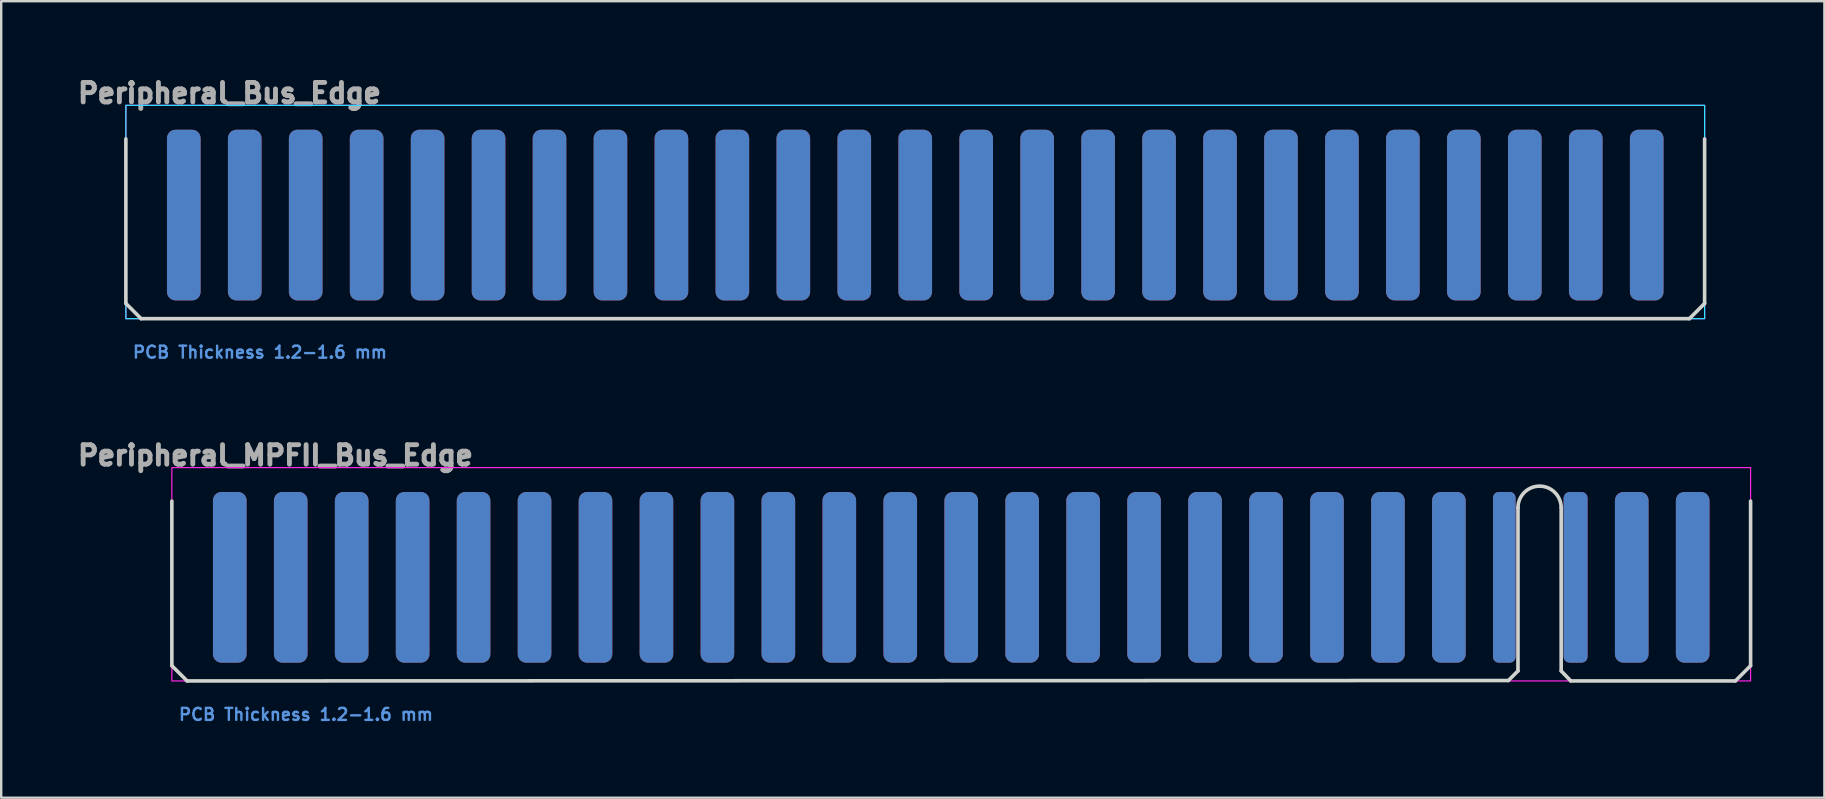
<source format=kicad_pcb>
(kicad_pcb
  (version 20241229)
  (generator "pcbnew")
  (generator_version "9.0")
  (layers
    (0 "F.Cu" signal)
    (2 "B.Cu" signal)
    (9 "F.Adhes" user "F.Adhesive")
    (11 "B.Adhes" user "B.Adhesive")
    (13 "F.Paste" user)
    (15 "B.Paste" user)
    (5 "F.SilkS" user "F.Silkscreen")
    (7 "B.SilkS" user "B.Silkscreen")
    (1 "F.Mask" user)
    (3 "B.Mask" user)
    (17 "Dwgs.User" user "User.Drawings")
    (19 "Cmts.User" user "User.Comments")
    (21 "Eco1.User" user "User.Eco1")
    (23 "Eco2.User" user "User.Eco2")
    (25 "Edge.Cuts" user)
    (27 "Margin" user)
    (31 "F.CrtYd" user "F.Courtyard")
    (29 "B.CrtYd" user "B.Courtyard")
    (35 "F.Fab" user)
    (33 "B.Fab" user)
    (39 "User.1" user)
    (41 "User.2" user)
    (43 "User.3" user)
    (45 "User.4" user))
  (footprint "Peripheral_Bus_Edge"
    (layer "F.Cu")
    (at 35.088 5.912)
    (property "Reference" "Peripheral_Bus_Edge" (at -28.575 -5.08 0) (layer "F.Fab") (effects (font (size 0.813 0.813) (thickness 0.203))))
    (attr exclude_from_pos_files exclude_from_bom allow_soldermask_bridges)
    (fp_rect (start -32.893 -3.175) (end 32.893 4.318) (stroke (width 0.05) (type solid)) (fill yes) (layer "F.Mask"))
    (fp_rect (start -32.766 -3.175) (end 32.893 4.318) (stroke (width 0.05) (type solid)) (fill yes) (layer "B.Mask"))
    (fp_line (start -32.893 3.683) (end -32.893 -3.175) (stroke (width 0.15) (type solid)) (layer "Edge.Cuts"))
    (fp_line (start -32.258 4.318) (end -32.893 3.683) (stroke (width 0.15) (type default)) (layer "Edge.Cuts"))
    (fp_line (start 32.258 4.318) (end -32.258 4.318) (stroke (width 0.15) (type solid)) (layer "Edge.Cuts"))
    (fp_line (start 32.258 4.318) (end 32.893 3.683) (stroke (width 0.15) (type default)) (layer "Edge.Cuts"))
    (fp_line (start 32.893 -3.175) (end 32.893 3.683) (stroke (width 0.15) (type solid)) (layer "Edge.Cuts"))
    (fp_rect (start -32.893 -4.572) (end 32.893 4.318) (stroke (width 0.05) (type default)) (fill no) (layer "B.CrtYd"))
    (fp_rect (start -32.893 -4.572) (end 32.893 4.318) (stroke (width 0.05) (type default)) (fill no) (layer "F.CrtYd"))
    (fp_text user "PCB Thickness 1.2-1.6 mm" (at -27.305 5.715 180) (layer "Cmts.User") (effects (font (size 0.5 0.5) (thickness 0.1))))
    (pad "1" connect roundrect (at -30.48 0 180) (size 1.4 7.112) (layers "F.Cu" "F.Mask") (roundrect_rratio 0.25))
    (pad "2" connect roundrect (at -27.94 0 180) (size 1.4 7.112) (layers "F.Cu" "F.Mask") (roundrect_rratio 0.25))
    (pad "3" connect roundrect (at -25.4 0 180) (size 1.4 7.112) (layers "F.Cu" "F.Mask") (roundrect_rratio 0.25))
    (pad "4" connect roundrect (at -22.86 0 180) (size 1.4 7.112) (layers "F.Cu" "F.Mask") (roundrect_rratio 0.25))
    (pad "5" connect roundrect (at -20.32 0 180) (size 1.4 7.112) (layers "F.Cu" "F.Mask") (roundrect_rratio 0.25))
    (pad "6" connect roundrect (at -17.78 0 180) (size 1.4 7.112) (layers "F.Cu" "F.Mask") (roundrect_rratio 0.25))
    (pad "7" connect roundrect (at -15.24 0 180) (size 1.4 7.112) (layers "F.Cu" "F.Mask") (roundrect_rratio 0.25))
    (pad "8" connect roundrect (at -12.7 0 180) (size 1.4 7.112) (layers "F.Cu" "F.Mask") (roundrect_rratio 0.25))
    (pad "9" connect roundrect (at -10.16 0 180) (size 1.4 7.112) (layers "F.Cu" "F.Mask") (roundrect_rratio 0.25))
    (pad "10" connect roundrect (at -7.62 0 180) (size 1.4 7.112) (layers "F.Cu" "F.Mask") (roundrect_rratio 0.25))
    (pad "11" connect roundrect (at -5.08 0 180) (size 1.4 7.112) (layers "F.Cu" "F.Mask") (roundrect_rratio 0.25))
    (pad "12" connect roundrect (at -2.54 0 180) (size 1.4 7.112) (layers "F.Cu" "F.Mask") (roundrect_rratio 0.25))
    (pad "13" connect roundrect (at 0 0 180) (size 1.4 7.112) (layers "F.Cu" "F.Mask") (roundrect_rratio 0.25))
    (pad "14" connect roundrect (at 2.54 0 180) (size 1.4 7.112) (layers "F.Cu" "F.Mask") (roundrect_rratio 0.25))
    (pad "15" connect roundrect (at 5.08 0 180) (size 1.4 7.112) (layers "F.Cu" "F.Mask") (roundrect_rratio 0.25))
    (pad "16" connect roundrect (at 7.62 0 180) (size 1.4 7.112) (layers "F.Cu" "F.Mask") (roundrect_rratio 0.25))
    (pad "17" connect roundrect (at 10.16 0 180) (size 1.4 7.112) (layers "F.Cu" "F.Mask") (roundrect_rratio 0.25))
    (pad "18" connect roundrect (at 12.7 0 180) (size 1.4 7.112) (layers "F.Cu" "F.Mask") (roundrect_rratio 0.25))
    (pad "19" connect roundrect (at 15.24 0 180) (size 1.4 7.112) (layers "F.Cu" "F.Mask") (roundrect_rratio 0.25))
    (pad "20" connect roundrect (at 17.78 0 180) (size 1.4 7.112) (layers "F.Cu" "F.Mask") (roundrect_rratio 0.25))
    (pad "21" connect roundrect (at 20.32 0 180) (size 1.4 7.112) (layers "F.Cu" "F.Mask") (roundrect_rratio 0.25))
    (pad "22" connect roundrect (at 22.86 0 180) (size 1.4 7.112) (layers "F.Cu" "F.Mask") (roundrect_rratio 0.25))
    (pad "23" connect roundrect (at 25.4 0 180) (size 1.4 7.112) (layers "F.Cu" "F.Mask") (roundrect_rratio 0.25))
    (pad "24" connect roundrect (at 27.94 0 180) (size 1.4 7.112) (layers "F.Cu" "F.Mask") (roundrect_rratio 0.25))
    (pad "25" connect roundrect (at 30.48 0 180) (size 1.4 7.112) (layers "F.Cu" "F.Mask") (roundrect_rratio 0.25))
    (pad "26" connect roundrect (at 30.48 0 180) (size 1.4 7.112) (layers "B.Cu" "B.Mask") (roundrect_rratio 0.25))
    (pad "27" connect roundrect (at 27.94 0 180) (size 1.4 7.112) (layers "B.Cu" "B.Mask") (roundrect_rratio 0.25))
    (pad "28" connect roundrect (at 25.4 0 180) (size 1.4 7.112) (layers "B.Cu" "B.Mask") (roundrect_rratio 0.25))
    (pad "29" connect roundrect (at 22.86 0 180) (size 1.4 7.112) (layers "B.Cu" "B.Mask") (roundrect_rratio 0.25))
    (pad "30" connect roundrect (at 20.32 0 180) (size 1.4 7.112) (layers "B.Cu" "B.Mask") (roundrect_rratio 0.25))
    (pad "31" connect roundrect (at 17.78 0 180) (size 1.4 7.112) (layers "B.Cu" "B.Mask") (roundrect_rratio 0.25))
    (pad "32" connect roundrect (at 15.24 0 180) (size 1.4 7.112) (layers "B.Cu" "B.Mask") (roundrect_rratio 0.25))
    (pad "33" connect roundrect (at 12.7 0 180) (size 1.4 7.112) (layers "B.Cu" "B.Mask") (roundrect_rratio 0.25))
    (pad "34" connect roundrect (at 10.16 0 180) (size 1.4 7.112) (layers "B.Cu" "B.Mask") (roundrect_rratio 0.25))
    (pad "35" connect roundrect (at 7.62 0 180) (size 1.4 7.112) (layers "B.Cu" "B.Mask") (roundrect_rratio 0.25))
    (pad "36" connect roundrect (at 5.08 0 180) (size 1.4 7.112) (layers "B.Cu" "B.Mask") (roundrect_rratio 0.25))
    (pad "37" connect roundrect (at 2.54 0 180) (size 1.4 7.112) (layers "B.Cu" "B.Mask") (roundrect_rratio 0.25))
    (pad "38" connect roundrect (at 0 0 180) (size 1.4 7.112) (layers "B.Cu" "B.Mask") (roundrect_rratio 0.25))
    (pad "39" connect roundrect (at -2.54 0 180) (size 1.4 7.112) (layers "B.Cu" "B.Mask") (roundrect_rratio 0.25))
    (pad "40" connect roundrect (at -5.08 0 180) (size 1.4 7.112) (layers "B.Cu" "B.Mask") (roundrect_rratio 0.25))
    (pad "41" connect roundrect (at -7.62 0 180) (size 1.4 7.112) (layers "B.Cu" "B.Mask") (roundrect_rratio 0.25))
    (pad "42" connect roundrect (at -10.16 0 180) (size 1.4 7.112) (layers "B.Cu" "B.Mask") (roundrect_rratio 0.25))
    (pad "43" connect roundrect (at -12.7 0 180) (size 1.4 7.112) (layers "B.Cu" "B.Mask") (roundrect_rratio 0.25))
    (pad "44" connect roundrect (at -15.24 0 180) (size 1.4 7.112) (layers "B.Cu" "B.Mask") (roundrect_rratio 0.25))
    (pad "45" connect roundrect (at -17.78 0 180) (size 1.4 7.112) (layers "B.Cu" "B.Mask") (roundrect_rratio 0.25))
    (pad "46" connect roundrect (at -20.32 0 180) (size 1.4 7.112) (layers "B.Cu" "B.Mask") (roundrect_rratio 0.25))
    (pad "47" connect roundrect (at -22.86 0 180) (size 1.4 7.112) (layers "B.Cu" "B.Mask") (roundrect_rratio 0.25))
    (pad "48" connect roundrect (at -25.4 0 180) (size 1.4 7.112) (layers "B.Cu" "B.Mask") (roundrect_rratio 0.25))
    (pad "49" connect roundrect (at -27.94 0 180) (size 1.4 7.112) (layers "B.Cu" "B.Mask") (roundrect_rratio 0.25))
    (pad "50" connect roundrect (at -30.48 0 180) (size 1.4 7.112) (layers "B.Cu" "B.Mask") (roundrect_rratio 0.25))
    (zone (net_name "") (layers "F.Cu" "F.Mask" "B.Cu" "B.Mask" "F.SilkS" "B.SilkS" "F.Adhes" "B.Adhes" "F.Paste" "B.Paste") (name "Bevel Area") (hatch edge 0.25) (connect_pads) (min_thickness 0.25) (filled_areas_thickness no) (keepout (tracks not_allowed) (vias not_allowed) (pads not_allowed) (copperpour not_allowed) (footprints not_allowed)) (placement (enabled no)) (fill) (polygon (pts (xy 2.195 10.23) (xy 2.195 9.494) (xy 67.981 9.494) (xy 67.981 10.23))))
    (zone (net_name "") (layers "F.Cu" "F.Mask" "B.Cu" "B.Mask" "F.SilkS" "B.SilkS" "F.Adhes" "B.Adhes" "F.Paste" "B.Paste") (hatch edge 0.5) (connect_pads) (min_thickness 0.25) (filled_areas_thickness no) (keepout (tracks allowed) (vias not_allowed) (pads not_allowed) (copperpour allowed) (footprints not_allowed)) (placement (enabled no)) (fill) (polygon (pts (xy 67.981 2.356) (xy 2.195 2.356) (xy 2.195 1.34) (xy 67.981 1.34))))
    (zone (net_name "") (layers "F.Cu" "F.Mask" "B.Cu" "B.Mask" "F.SilkS" "B.SilkS" "F.Adhes" "B.Adhes" "F.Paste" "B.Paste") (hatch edge 0.5) (connect_pads) (min_thickness 0.25) (filled_areas_thickness no) (keepout (tracks allowed) (vias not_allowed) (pads allowed) (copperpour not_allowed) (footprints not_allowed)) (placement (enabled no)) (fill) (polygon (pts (xy 67.981 9.494) (xy 2.195 9.494) (xy 2.195 2.356) (xy 67.981 2.356)))))
  (footprint "Peripheral_MPFII_Bus_Edge"
    (layer "F.Cu")
    (at 37.004 21.007)
    (property "Reference" "Peripheral_MPFII_Bus_Edge" (at -28.575 -5.08 0) (layer "F.Fab") (effects (font (size 0.813 0.813) (thickness 0.203))))
    (attr exclude_from_pos_files exclude_from_bom allow_soldermask_bridges)
    (fp_rect (start -32.893 -3.175) (end 23.093 4.318) (stroke (width 0.05) (type solid)) (fill yes) (layer "F.Mask"))
    (fp_rect (start 25.114 -3.147) (end 32.8 4.346) (stroke (width 0.05) (type solid)) (fill yes) (layer "F.Mask"))
    (fp_rect (start -32.766 -3.175) (end 23.093 4.318) (stroke (width 0.05) (type solid)) (fill yes) (layer "B.Mask"))
    (fp_rect (start 25.141 -3.147) (end 32.8 4.346) (stroke (width 0.05) (type solid)) (fill yes) (layer "B.Mask"))
    (fp_line (start -32.893 3.683) (end -32.893 -3.175) (stroke (width 0.15) (type solid)) (layer "Edge.Cuts"))
    (fp_line (start -32.258 4.318) (end -32.893 3.683) (stroke (width 0.15) (type default)) (layer "Edge.Cuts"))
    (fp_line (start 22.8 4.3) (end -32.258 4.318) (stroke (width 0.15) (type solid)) (layer "Edge.Cuts"))
    (fp_line (start 23.2 -2.9) (end 23.2 3.9) (stroke (width 0.15) (type default)) (layer "Edge.Cuts"))
    (fp_line (start 23.2 3.9) (end 22.8 4.3) (stroke (width 0.15) (type default)) (layer "Edge.Cuts"))
    (fp_line (start 25 -2.9) (end 25 3.9) (stroke (width 0.15) (type default)) (layer "Edge.Cuts"))
    (fp_line (start 25 3.9) (end 25.4 4.318) (stroke (width 0.15) (type default)) (layer "Edge.Cuts"))
    (fp_line (start 32.258 4.318) (end 25.4 4.318) (stroke (width 0.15) (type solid)) (layer "Edge.Cuts"))
    (fp_line (start 32.258 4.318) (end 32.893 3.683) (stroke (width 0.15) (type default)) (layer "Edge.Cuts"))
    (fp_line (start 32.893 -3.175) (end 32.893 3.683) (stroke (width 0.15) (type solid)) (layer "Edge.Cuts"))
    (fp_arc (start 23.2 -2.9) (mid 24.1 -3.8) (end 25 -2.9) (stroke (width 0.15) (type default)) (layer "Edge.Cuts"))
    (fp_rect (start -32.893 -4.572) (end 32.893 4.318) (stroke (width 0.05) (type default)) (fill no) (layer "F.CrtYd"))
    (fp_text user "PCB Thickness 1.2-1.6 mm" (at -27.305 5.715 180) (layer "Cmts.User") (effects (font (size 0.5 0.5) (thickness 0.1))))
    (pad "1" connect roundrect (at -30.48 0 180) (size 1.4 7.112) (layers "F.Cu" "F.Mask") (roundrect_rratio 0.25))
    (pad "2" connect roundrect (at -27.94 0 180) (size 1.4 7.112) (layers "F.Cu" "F.Mask") (roundrect_rratio 0.25))
    (pad "3" connect roundrect (at -25.4 0 180) (size 1.4 7.112) (layers "F.Cu" "F.Mask") (roundrect_rratio 0.25))
    (pad "4" connect roundrect (at -22.86 0 180) (size 1.4 7.112) (layers "F.Cu" "F.Mask") (roundrect_rratio 0.25))
    (pad "5" connect roundrect (at -20.32 0 180) (size 1.4 7.112) (layers "F.Cu" "F.Mask") (roundrect_rratio 0.25))
    (pad "6" connect roundrect (at -17.78 0 180) (size 1.4 7.112) (layers "F.Cu" "F.Mask") (roundrect_rratio 0.25))
    (pad "7" connect roundrect (at -15.24 0 180) (size 1.4 7.112) (layers "F.Cu" "F.Mask") (roundrect_rratio 0.25))
    (pad "8" connect roundrect (at -12.7 0 180) (size 1.4 7.112) (layers "F.Cu" "F.Mask") (roundrect_rratio 0.25))
    (pad "9" connect roundrect (at -10.16 0 180) (size 1.4 7.112) (layers "F.Cu" "F.Mask") (roundrect_rratio 0.25))
    (pad "10" connect roundrect (at -7.62 0 180) (size 1.4 7.112) (layers "F.Cu" "F.Mask") (roundrect_rratio 0.25))
    (pad "11" connect roundrect (at -5.08 0 180) (size 1.4 7.112) (layers "F.Cu" "F.Mask") (roundrect_rratio 0.25))
    (pad "12" connect roundrect (at -2.54 0 180) (size 1.4 7.112) (layers "F.Cu" "F.Mask") (roundrect_rratio 0.25))
    (pad "13" connect roundrect (at 0 0 180) (size 1.4 7.112) (layers "F.Cu" "F.Mask") (roundrect_rratio 0.25))
    (pad "14" connect roundrect (at 2.54 0 180) (size 1.4 7.112) (layers "F.Cu" "F.Mask") (roundrect_rratio 0.25))
    (pad "15" connect roundrect (at 5.08 0 180) (size 1.4 7.112) (layers "F.Cu" "F.Mask") (roundrect_rratio 0.25))
    (pad "16" connect roundrect (at 7.62 0 180) (size 1.4 7.112) (layers "F.Cu" "F.Mask") (roundrect_rratio 0.25))
    (pad "17" connect roundrect (at 10.16 0 180) (size 1.4 7.112) (layers "F.Cu" "F.Mask") (roundrect_rratio 0.25))
    (pad "18" connect roundrect (at 12.7 0 180) (size 1.4 7.112) (layers "F.Cu" "F.Mask") (roundrect_rratio 0.25))
    (pad "19" connect roundrect (at 15.24 0 180) (size 1.4 7.112) (layers "F.Cu" "F.Mask") (roundrect_rratio 0.25))
    (pad "20" connect roundrect (at 17.78 0 180) (size 1.4 7.112) (layers "F.Cu" "F.Mask") (roundrect_rratio 0.25))
    (pad "21" connect roundrect (at 20.32 0 180) (size 1.4 7.112) (layers "F.Cu" "F.Mask") (roundrect_rratio 0.25))
    (pad "22" connect roundrect (at 22.63 0 180) (size 0.94 7.112) (layers "F.Cu" "F.Mask") (roundrect_rratio 0.25))
    (pad "23" connect roundrect (at 25.6 0 180) (size 1 7.112) (layers "F.Cu" "F.Mask") (roundrect_rratio 0.25))
    (pad "24" connect roundrect (at 27.94 0 180) (size 1.4 7.112) (layers "F.Cu" "F.Mask") (roundrect_rratio 0.25))
    (pad "25" connect roundrect (at 30.48 0 180) (size 1.4 7.112) (layers "F.Cu" "F.Mask") (roundrect_rratio 0.25))
    (pad "26" connect roundrect (at 30.48 0 180) (size 1.4 7.112) (layers "B.Cu" "B.Mask") (roundrect_rratio 0.25))
    (pad "27" connect roundrect (at 27.94 0 180) (size 1.4 7.112) (layers "B.Cu" "B.Mask") (roundrect_rratio 0.25))
    (pad "28" connect roundrect (at 25.6 0 180) (size 1 7.112) (layers "B.Cu" "B.Mask") (roundrect_rratio 0.25))
    (pad "29" connect roundrect (at 22.63 0 180) (size 0.94 7.112) (layers "B.Cu" "B.Mask") (roundrect_rratio 0.25))
    (pad "30" connect roundrect (at 20.32 0 180) (size 1.4 7.112) (layers "B.Cu" "B.Mask") (roundrect_rratio 0.25))
    (pad "31" connect roundrect (at 17.78 0 180) (size 1.4 7.112) (layers "B.Cu" "B.Mask") (roundrect_rratio 0.25))
    (pad "32" connect roundrect (at 15.24 0 180) (size 1.4 7.112) (layers "B.Cu" "B.Mask") (roundrect_rratio 0.25))
    (pad "33" connect roundrect (at 12.7 0 180) (size 1.4 7.112) (layers "B.Cu" "B.Mask") (roundrect_rratio 0.25))
    (pad "34" connect roundrect (at 10.16 0 180) (size 1.4 7.112) (layers "B.Cu" "B.Mask") (roundrect_rratio 0.25))
    (pad "35" connect roundrect (at 7.62 0 180) (size 1.4 7.112) (layers "B.Cu" "B.Mask") (roundrect_rratio 0.25))
    (pad "36" connect roundrect (at 5.08 0 180) (size 1.4 7.112) (layers "B.Cu" "B.Mask") (roundrect_rratio 0.25))
    (pad "37" connect roundrect (at 2.54 0 180) (size 1.4 7.112) (layers "B.Cu" "B.Mask") (roundrect_rratio 0.25))
    (pad "38" connect roundrect (at 0 0 180) (size 1.4 7.112) (layers "B.Cu" "B.Mask") (roundrect_rratio 0.25))
    (pad "39" connect roundrect (at -2.54 0 180) (size 1.4 7.112) (layers "B.Cu" "B.Mask") (roundrect_rratio 0.25))
    (pad "40" connect roundrect (at -5.08 0 180) (size 1.4 7.112) (layers "B.Cu" "B.Mask") (roundrect_rratio 0.25))
    (pad "41" connect roundrect (at -7.62 0 180) (size 1.4 7.112) (layers "B.Cu" "B.Mask") (roundrect_rratio 0.25))
    (pad "42" connect roundrect (at -10.16 0 180) (size 1.4 7.112) (layers "B.Cu" "B.Mask") (roundrect_rratio 0.25))
    (pad "43" connect roundrect (at -12.7 0 180) (size 1.4 7.112) (layers "B.Cu" "B.Mask") (roundrect_rratio 0.25))
    (pad "44" connect roundrect (at -15.24 0 180) (size 1.4 7.112) (layers "B.Cu" "B.Mask") (roundrect_rratio 0.25))
    (pad "45" connect roundrect (at -17.78 0 180) (size 1.4 7.112) (layers "B.Cu" "B.Mask") (roundrect_rratio 0.25))
    (pad "46" connect roundrect (at -20.32 0 180) (size 1.4 7.112) (layers "B.Cu" "B.Mask") (roundrect_rratio 0.25))
    (pad "47" connect roundrect (at -22.86 0 180) (size 1.4 7.112) (layers "B.Cu" "B.Mask") (roundrect_rratio 0.25))
    (pad "48" connect roundrect (at -25.4 0 180) (size 1.4 7.112) (layers "B.Cu" "B.Mask") (roundrect_rratio 0.25))
    (pad "49" connect roundrect (at -27.94 0 180) (size 1.4 7.112) (layers "B.Cu" "B.Mask") (roundrect_rratio 0.25))
    (pad "50" connect roundrect (at -30.48 0 180) (size 1.4 7.112) (layers "B.Cu" "B.Mask") (roundrect_rratio 0.25))
    (zone (net_name "") (layers "F.Cu" "F.Mask" "B.Cu" "B.Mask" "F.SilkS" "B.SilkS" "F.Adhes" "B.Adhes" "F.Paste" "B.Paste") (name "Bevel Area") (hatch edge 0.25) (connect_pads) (min_thickness 0.25) (filled_areas_thickness no) (keepout (tracks not_allowed) (vias not_allowed) (pads not_allowed) (copperpour not_allowed) (footprints not_allowed)) (placement (enabled no)) (fill) (polygon (pts (xy 4.111 25.325) (xy 4.111 24.589) (xy 69.897 24.589) (xy 69.897 25.325))))
    (zone (net_name "") (layers "F.Cu" "F.Mask" "B.Cu" "B.Mask" "F.SilkS" "B.SilkS" "F.Adhes" "B.Adhes" "F.Paste" "B.Paste") (hatch edge 0.5) (connect_pads) (min_thickness 0.25) (filled_areas_thickness no) (keepout (tracks allowed) (vias not_allowed) (pads not_allowed) (copperpour allowed) (footprints not_allowed)) (placement (enabled no)) (fill) (polygon (pts (xy 69.897 17.451) (xy 4.111 17.451) (xy 4.111 16.435) (xy 69.897 16.435))))
    (zone (net_name "") (layers "F.Cu" "F.Mask" "B.Cu" "B.Mask" "F.SilkS" "B.SilkS" "F.Adhes" "B.Adhes" "F.Paste" "B.Paste") (hatch edge 0.5) (connect_pads) (min_thickness 0.25) (filled_areas_thickness no) (keepout (tracks allowed) (vias not_allowed) (pads allowed) (copperpour not_allowed) (footprints not_allowed)) (placement (enabled no)) (fill) (polygon (pts (xy 69.897 24.589) (xy 4.111 24.589) (xy 4.111 17.451) (xy 69.897 17.451)))))
  (gr_rect
    (start -3 -3)
    (end 72.972 30.19)
    (stroke (width 0.1) (type default))
    (fill no)
    (layer "Edge.Cuts")))
</source>
